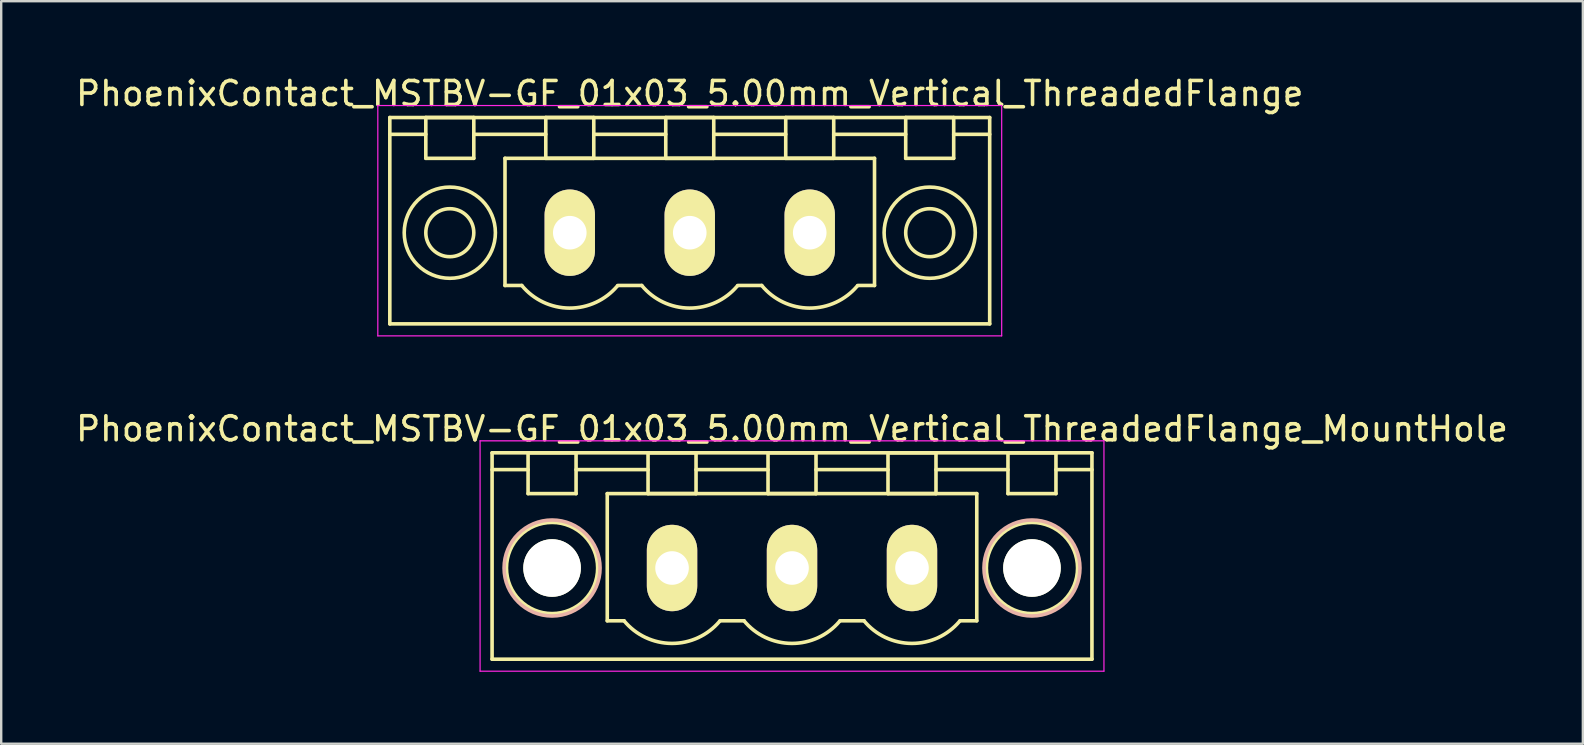
<source format=kicad_pcb>
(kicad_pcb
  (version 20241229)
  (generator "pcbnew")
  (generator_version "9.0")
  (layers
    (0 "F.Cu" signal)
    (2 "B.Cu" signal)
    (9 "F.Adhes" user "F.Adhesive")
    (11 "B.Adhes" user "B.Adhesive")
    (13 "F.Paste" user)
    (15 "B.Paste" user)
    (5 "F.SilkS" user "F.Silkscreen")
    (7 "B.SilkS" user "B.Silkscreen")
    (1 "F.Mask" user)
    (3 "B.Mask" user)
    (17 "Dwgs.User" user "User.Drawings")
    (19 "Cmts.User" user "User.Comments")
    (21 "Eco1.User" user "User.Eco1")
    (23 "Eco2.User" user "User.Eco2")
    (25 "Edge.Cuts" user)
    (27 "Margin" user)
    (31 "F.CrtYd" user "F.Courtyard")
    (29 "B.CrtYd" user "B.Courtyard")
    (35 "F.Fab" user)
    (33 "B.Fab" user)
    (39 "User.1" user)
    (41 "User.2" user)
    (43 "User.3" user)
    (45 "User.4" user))
  (footprint "PhoenixContact_MSTBV-GF_01x03_5.00mm_Vertical_ThreadedFlange_MountHole"
    (layer "F.Cu")
    (at 24.958 20.622)
    (property "Reference" "PhoenixContact_MSTBV-GF_01x03_5.00mm_Vertical_ThreadedFlange_MountHole" (at 5 -5.8 0) (layer "F.SilkS") (effects (font (size 1 1) (thickness 0.15))))
    (attr through_hole)
    (fp_line (start -7.5 -4.8) (end -7.5 3.8) (stroke (width 0.15) (type solid)) (layer "F.SilkS"))
    (fp_line (start -7.5 -4.1) (end -6 -4.1) (stroke (width 0.15) (type solid)) (layer "F.SilkS"))
    (fp_line (start -7.5 3.8) (end 17.5 3.8) (stroke (width 0.15) (type solid)) (layer "F.SilkS"))
    (fp_line (start -6 -4.8) (end -4 -4.8) (stroke (width 0.15) (type solid)) (layer "F.SilkS"))
    (fp_line (start -6 -3.1) (end -6 -4.8) (stroke (width 0.15) (type solid)) (layer "F.SilkS"))
    (fp_line (start -4 -4.8) (end -4 -3.1) (stroke (width 0.15) (type solid)) (layer "F.SilkS"))
    (fp_line (start -4 -4.1) (end -1 -4.1) (stroke (width 0.15) (type solid)) (layer "F.SilkS"))
    (fp_line (start -4 -3.1) (end -6 -3.1) (stroke (width 0.15) (type solid)) (layer "F.SilkS"))
    (fp_line (start -2.7 -3.1) (end 12.7 -3.1) (stroke (width 0.15) (type solid)) (layer "F.SilkS"))
    (fp_line (start -2.7 2.2) (end -2.7 -3.1) (stroke (width 0.15) (type solid)) (layer "F.SilkS"))
    (fp_line (start -2 2.2) (end -2.7 2.2) (stroke (width 0.15) (type solid)) (layer "F.SilkS"))
    (fp_line (start -1 -4.8) (end 1 -4.8) (stroke (width 0.15) (type solid)) (layer "F.SilkS"))
    (fp_line (start -1 -3.1) (end -1 -4.8) (stroke (width 0.15) (type solid)) (layer "F.SilkS"))
    (fp_line (start 1 -4.8) (end 1 -3.1) (stroke (width 0.15) (type solid)) (layer "F.SilkS"))
    (fp_line (start 1 -4.1) (end 4 -4.1) (stroke (width 0.15) (type solid)) (layer "F.SilkS"))
    (fp_line (start 1 -3.1) (end -1 -3.1) (stroke (width 0.15) (type solid)) (layer "F.SilkS"))
    (fp_line (start 2 2.2) (end 3 2.2) (stroke (width 0.15) (type solid)) (layer "F.SilkS"))
    (fp_line (start 4 -4.8) (end 6 -4.8) (stroke (width 0.15) (type solid)) (layer "F.SilkS"))
    (fp_line (start 4 -3.1) (end 4 -4.8) (stroke (width 0.15) (type solid)) (layer "F.SilkS"))
    (fp_line (start 6 -4.8) (end 6 -3.1) (stroke (width 0.15) (type solid)) (layer "F.SilkS"))
    (fp_line (start 6 -4.1) (end 9 -4.1) (stroke (width 0.15) (type solid)) (layer "F.SilkS"))
    (fp_line (start 6 -3.1) (end 4 -3.1) (stroke (width 0.15) (type solid)) (layer "F.SilkS"))
    (fp_line (start 7 2.2) (end 8 2.2) (stroke (width 0.15) (type solid)) (layer "F.SilkS"))
    (fp_line (start 9 -4.8) (end 11 -4.8) (stroke (width 0.15) (type solid)) (layer "F.SilkS"))
    (fp_line (start 9 -3.1) (end 9 -4.8) (stroke (width 0.15) (type solid)) (layer "F.SilkS"))
    (fp_line (start 11 -4.8) (end 11 -3.1) (stroke (width 0.15) (type solid)) (layer "F.SilkS"))
    (fp_line (start 11 -4.1) (end 14 -4.1) (stroke (width 0.15) (type solid)) (layer "F.SilkS"))
    (fp_line (start 11 -3.1) (end 9 -3.1) (stroke (width 0.15) (type solid)) (layer "F.SilkS"))
    (fp_line (start 12.7 -3.1) (end 12.7 2.2) (stroke (width 0.15) (type solid)) (layer "F.SilkS"))
    (fp_line (start 12.7 2.2) (end 12 2.2) (stroke (width 0.15) (type solid)) (layer "F.SilkS"))
    (fp_line (start 14 -4.8) (end 16 -4.8) (stroke (width 0.15) (type solid)) (layer "F.SilkS"))
    (fp_line (start 14 -3.1) (end 14 -4.8) (stroke (width 0.15) (type solid)) (layer "F.SilkS"))
    (fp_line (start 16 -4.8) (end 16 -3.1) (stroke (width 0.15) (type solid)) (layer "F.SilkS"))
    (fp_line (start 16 -3.1) (end 14 -3.1) (stroke (width 0.15) (type solid)) (layer "F.SilkS"))
    (fp_line (start 17.5 -4.8) (end -7.5 -4.8) (stroke (width 0.15) (type solid)) (layer "F.SilkS"))
    (fp_line (start 17.5 -4.1) (end 16 -4.1) (stroke (width 0.15) (type solid)) (layer "F.SilkS"))
    (fp_line (start 17.5 3.8) (end 17.5 -4.8) (stroke (width 0.15) (type solid)) (layer "F.SilkS"))
    (fp_arc (start 1.986842 2.215821) (mid -0.010289 3.142758) (end -2 2.2) (stroke (width 0.15) (type solid)) (layer "F.SilkS"))
    (fp_arc (start 6.986842 2.215821) (mid 4.989711 3.142758) (end 3 2.2) (stroke (width 0.15) (type solid)) (layer "F.SilkS"))
    (fp_arc (start 11.986842 2.215821) (mid 9.989711 3.142758) (end 8 2.2) (stroke (width 0.15) (type solid)) (layer "F.SilkS"))
    (fp_circle (center -5 0) (end -4 0) (stroke (width 0.15) (type solid)) (fill no) (layer "F.SilkS"))
    (fp_circle (center -5 0) (end -3.1 0) (stroke (width 0.15) (type solid)) (fill no) (layer "F.SilkS"))
    (fp_circle (center 15 0) (end 16 0) (stroke (width 0.15) (type solid)) (fill no) (layer "F.SilkS"))
    (fp_circle (center 15 0) (end 16.9 0) (stroke (width 0.15) (type solid)) (fill no) (layer "F.SilkS"))
    (fp_circle (center -5 0) (end -3 0) (stroke (width 0.15) (type solid)) (fill no) (layer "B.SilkS"))
    (fp_circle (center 15 0) (end 17 0) (stroke (width 0.15) (type solid)) (fill no) (layer "B.SilkS"))
    (fp_line (start -8 -5.3) (end -8 4.3) (stroke (width 0.05) (type solid)) (layer "F.CrtYd"))
    (fp_line (start -8 4.3) (end 18 4.3) (stroke (width 0.05) (type solid)) (layer "F.CrtYd"))
    (fp_line (start 18 -5.3) (end -8 -5.3) (stroke (width 0.05) (type solid)) (layer "F.CrtYd"))
    (fp_line (start 18 4.3) (end 18 -5.3) (stroke (width 0.05) (type solid)) (layer "F.CrtYd"))
    (pad "" np_thru_hole circle (at -5 0) (size 2.4 2.4) (drill 2.4) (layers "*.Cu" "*.Mask" "F.SilkS"))
    (pad "" np_thru_hole circle (at 15 0) (size 2.4 2.4) (drill 2.4) (layers "*.Cu" "*.Mask" "F.SilkS"))
    (pad "1" thru_hole oval (at 0 0) (size 2.1 3.6) (drill 1.4) (layers "*.Cu" "*.Mask" "F.SilkS"))
    (pad "2" thru_hole oval (at 5 0) (size 2.1 3.6) (drill 1.4) (layers "*.Cu" "*.Mask" "F.SilkS"))
    (pad "3" thru_hole oval (at 10 0) (size 2.1 3.6) (drill 1.4) (layers "*.Cu" "*.Mask" "F.SilkS")))
  (footprint "PhoenixContact_MSTBV-GF_01x03_5.00mm_Vertical_ThreadedFlange"
    (layer "F.Cu")
    (at 20.696 6.648)
    (property "Reference" "PhoenixContact_MSTBV-GF_01x03_5.00mm_Vertical_ThreadedFlange" (at 5 -5.8 0) (layer "F.SilkS") (effects (font (size 1 1) (thickness 0.15))))
    (attr through_hole)
    (fp_line (start -7.5 -4.8) (end -7.5 3.8) (stroke (width 0.15) (type solid)) (layer "F.SilkS"))
    (fp_line (start -7.5 -4.1) (end -6 -4.1) (stroke (width 0.15) (type solid)) (layer "F.SilkS"))
    (fp_line (start -7.5 3.8) (end 17.5 3.8) (stroke (width 0.15) (type solid)) (layer "F.SilkS"))
    (fp_line (start -6 -4.8) (end -4 -4.8) (stroke (width 0.15) (type solid)) (layer "F.SilkS"))
    (fp_line (start -6 -3.1) (end -6 -4.8) (stroke (width 0.15) (type solid)) (layer "F.SilkS"))
    (fp_line (start -4 -4.8) (end -4 -3.1) (stroke (width 0.15) (type solid)) (layer "F.SilkS"))
    (fp_line (start -4 -4.1) (end -1 -4.1) (stroke (width 0.15) (type solid)) (layer "F.SilkS"))
    (fp_line (start -4 -3.1) (end -6 -3.1) (stroke (width 0.15) (type solid)) (layer "F.SilkS"))
    (fp_line (start -2.7 -3.1) (end 12.7 -3.1) (stroke (width 0.15) (type solid)) (layer "F.SilkS"))
    (fp_line (start -2.7 2.2) (end -2.7 -3.1) (stroke (width 0.15) (type solid)) (layer "F.SilkS"))
    (fp_line (start -2 2.2) (end -2.7 2.2) (stroke (width 0.15) (type solid)) (layer "F.SilkS"))
    (fp_line (start -1 -4.8) (end 1 -4.8) (stroke (width 0.15) (type solid)) (layer "F.SilkS"))
    (fp_line (start -1 -3.1) (end -1 -4.8) (stroke (width 0.15) (type solid)) (layer "F.SilkS"))
    (fp_line (start 1 -4.8) (end 1 -3.1) (stroke (width 0.15) (type solid)) (layer "F.SilkS"))
    (fp_line (start 1 -4.1) (end 4 -4.1) (stroke (width 0.15) (type solid)) (layer "F.SilkS"))
    (fp_line (start 1 -3.1) (end -1 -3.1) (stroke (width 0.15) (type solid)) (layer "F.SilkS"))
    (fp_line (start 2 2.2) (end 3 2.2) (stroke (width 0.15) (type solid)) (layer "F.SilkS"))
    (fp_line (start 4 -4.8) (end 6 -4.8) (stroke (width 0.15) (type solid)) (layer "F.SilkS"))
    (fp_line (start 4 -3.1) (end 4 -4.8) (stroke (width 0.15) (type solid)) (layer "F.SilkS"))
    (fp_line (start 6 -4.8) (end 6 -3.1) (stroke (width 0.15) (type solid)) (layer "F.SilkS"))
    (fp_line (start 6 -4.1) (end 9 -4.1) (stroke (width 0.15) (type solid)) (layer "F.SilkS"))
    (fp_line (start 6 -3.1) (end 4 -3.1) (stroke (width 0.15) (type solid)) (layer "F.SilkS"))
    (fp_line (start 7 2.2) (end 8 2.2) (stroke (width 0.15) (type solid)) (layer "F.SilkS"))
    (fp_line (start 9 -4.8) (end 11 -4.8) (stroke (width 0.15) (type solid)) (layer "F.SilkS"))
    (fp_line (start 9 -3.1) (end 9 -4.8) (stroke (width 0.15) (type solid)) (layer "F.SilkS"))
    (fp_line (start 11 -4.8) (end 11 -3.1) (stroke (width 0.15) (type solid)) (layer "F.SilkS"))
    (fp_line (start 11 -4.1) (end 14 -4.1) (stroke (width 0.15) (type solid)) (layer "F.SilkS"))
    (fp_line (start 11 -3.1) (end 9 -3.1) (stroke (width 0.15) (type solid)) (layer "F.SilkS"))
    (fp_line (start 12.7 -3.1) (end 12.7 2.2) (stroke (width 0.15) (type solid)) (layer "F.SilkS"))
    (fp_line (start 12.7 2.2) (end 12 2.2) (stroke (width 0.15) (type solid)) (layer "F.SilkS"))
    (fp_line (start 14 -4.8) (end 16 -4.8) (stroke (width 0.15) (type solid)) (layer "F.SilkS"))
    (fp_line (start 14 -3.1) (end 14 -4.8) (stroke (width 0.15) (type solid)) (layer "F.SilkS"))
    (fp_line (start 16 -4.8) (end 16 -3.1) (stroke (width 0.15) (type solid)) (layer "F.SilkS"))
    (fp_line (start 16 -3.1) (end 14 -3.1) (stroke (width 0.15) (type solid)) (layer "F.SilkS"))
    (fp_line (start 17.5 -4.8) (end -7.5 -4.8) (stroke (width 0.15) (type solid)) (layer "F.SilkS"))
    (fp_line (start 17.5 -4.1) (end 16 -4.1) (stroke (width 0.15) (type solid)) (layer "F.SilkS"))
    (fp_line (start 17.5 3.8) (end 17.5 -4.8) (stroke (width 0.15) (type solid)) (layer "F.SilkS"))
    (fp_arc (start 1.986842 2.215821) (mid -0.010289 3.142758) (end -2 2.2) (stroke (width 0.15) (type solid)) (layer "F.SilkS"))
    (fp_arc (start 6.986842 2.215821) (mid 4.989711 3.142758) (end 3 2.2) (stroke (width 0.15) (type solid)) (layer "F.SilkS"))
    (fp_arc (start 11.986842 2.215821) (mid 9.989711 3.142758) (end 8 2.2) (stroke (width 0.15) (type solid)) (layer "F.SilkS"))
    (fp_circle (center -5 0) (end -4 0) (stroke (width 0.15) (type solid)) (fill no) (layer "F.SilkS"))
    (fp_circle (center -5 0) (end -3.1 0) (stroke (width 0.15) (type solid)) (fill no) (layer "F.SilkS"))
    (fp_circle (center 15 0) (end 16 0) (stroke (width 0.15) (type solid)) (fill no) (layer "F.SilkS"))
    (fp_circle (center 15 0) (end 16.9 0) (stroke (width 0.15) (type solid)) (fill no) (layer "F.SilkS"))
    (fp_line (start -8 -5.3) (end -8 4.3) (stroke (width 0.05) (type solid)) (layer "F.CrtYd"))
    (fp_line (start -8 4.3) (end 18 4.3) (stroke (width 0.05) (type solid)) (layer "F.CrtYd"))
    (fp_line (start 18 -5.3) (end -8 -5.3) (stroke (width 0.05) (type solid)) (layer "F.CrtYd"))
    (fp_line (start 18 4.3) (end 18 -5.3) (stroke (width 0.05) (type solid)) (layer "F.CrtYd"))
    (pad "1" thru_hole oval (at 0 0) (size 2.1 3.6) (drill 1.4) (layers "*.Cu" "*.Mask" "F.SilkS"))
    (pad "2" thru_hole oval (at 5 0) (size 2.1 3.6) (drill 1.4) (layers "*.Cu" "*.Mask" "F.SilkS"))
    (pad "3" thru_hole oval (at 10 0) (size 2.1 3.6) (drill 1.4) (layers "*.Cu" "*.Mask" "F.SilkS")))
  (gr_rect
    (start -3 -3)
    (end 62.917 27.947)
    (stroke (width 0.1) (type default))
    (fill no)
    (layer "Edge.Cuts")))
</source>
